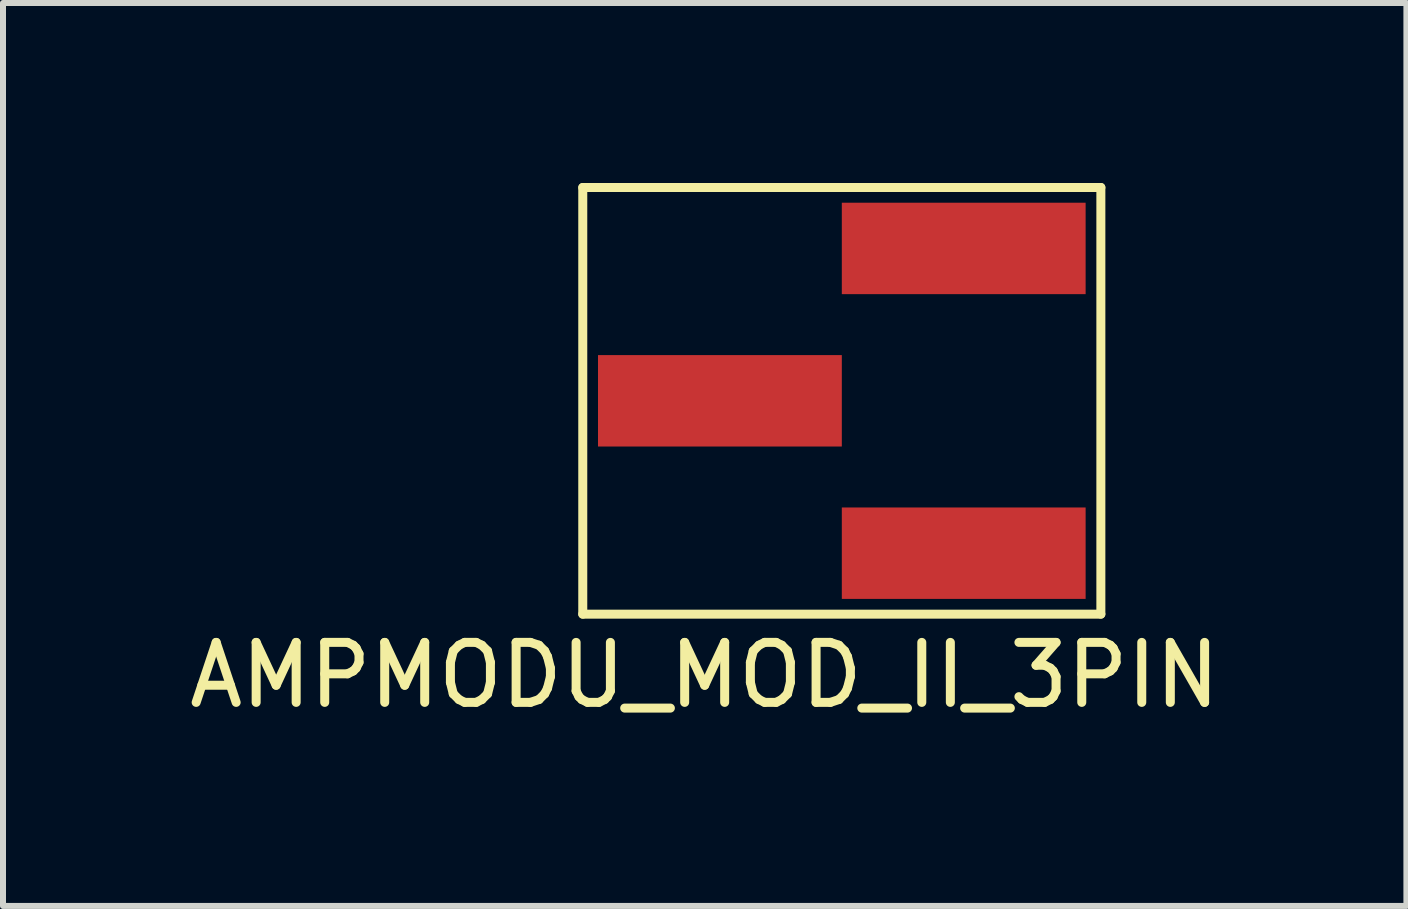
<source format=kicad_pcb>
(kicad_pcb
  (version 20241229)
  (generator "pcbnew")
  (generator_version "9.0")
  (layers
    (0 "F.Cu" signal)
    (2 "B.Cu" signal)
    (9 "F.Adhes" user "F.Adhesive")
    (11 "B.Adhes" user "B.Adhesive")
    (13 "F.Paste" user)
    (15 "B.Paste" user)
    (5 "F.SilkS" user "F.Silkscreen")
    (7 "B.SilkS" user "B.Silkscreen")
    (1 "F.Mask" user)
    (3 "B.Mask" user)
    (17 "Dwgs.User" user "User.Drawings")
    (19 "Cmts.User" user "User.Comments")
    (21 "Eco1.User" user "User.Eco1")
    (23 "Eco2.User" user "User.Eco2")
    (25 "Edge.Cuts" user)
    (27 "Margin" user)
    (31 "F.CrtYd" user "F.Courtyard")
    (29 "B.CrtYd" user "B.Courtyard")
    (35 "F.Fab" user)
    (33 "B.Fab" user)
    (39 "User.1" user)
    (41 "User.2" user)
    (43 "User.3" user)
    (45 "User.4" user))
  (footprint "AMPMODU_MOD_II_3PIN"
    (layer "F.Cu")
    (at 10.982 1.091)
    (property "Reference" "AMPMODU_MOD_II_3PIN" (at -2.286 7.112 0) (layer "F.SilkS") (effects (font (size 1 1) (thickness 0.15))))
    (attr through_hole)
    (fp_line (start -4.318 -1.016) (end 4.318 -1.016) (stroke (width 0.15) (type solid)) (layer "F.SilkS"))
    (fp_line (start -4.318 6.096) (end -4.318 -1.016) (stroke (width 0.15) (type solid)) (layer "F.SilkS"))
    (fp_line (start 4.318 -1.016) (end 4.318 6.096) (stroke (width 0.15) (type solid)) (layer "F.SilkS"))
    (fp_line (start 4.318 6.096) (end -4.318 6.096) (stroke (width 0.15) (type solid)) (layer "F.SilkS"))
    (pad "1" smd rect (at 2.032 0) (size 4.064 1.524) (layers "F.Cu" "F.Mask" "F.Paste"))
    (pad "2" smd rect (at -2.032 2.54) (size 4.064 1.524) (layers "F.Cu" "F.Mask" "F.Paste"))
    (pad "3" smd rect (at 2.032 5.08) (size 4.064 1.524) (layers "F.Cu" "F.Mask" "F.Paste")))
  (gr_rect
    (start -3 -3)
    (end 20.393 12.051)
    (stroke (width 0.1) (type default))
    (fill no)
    (layer "Edge.Cuts")))
</source>
